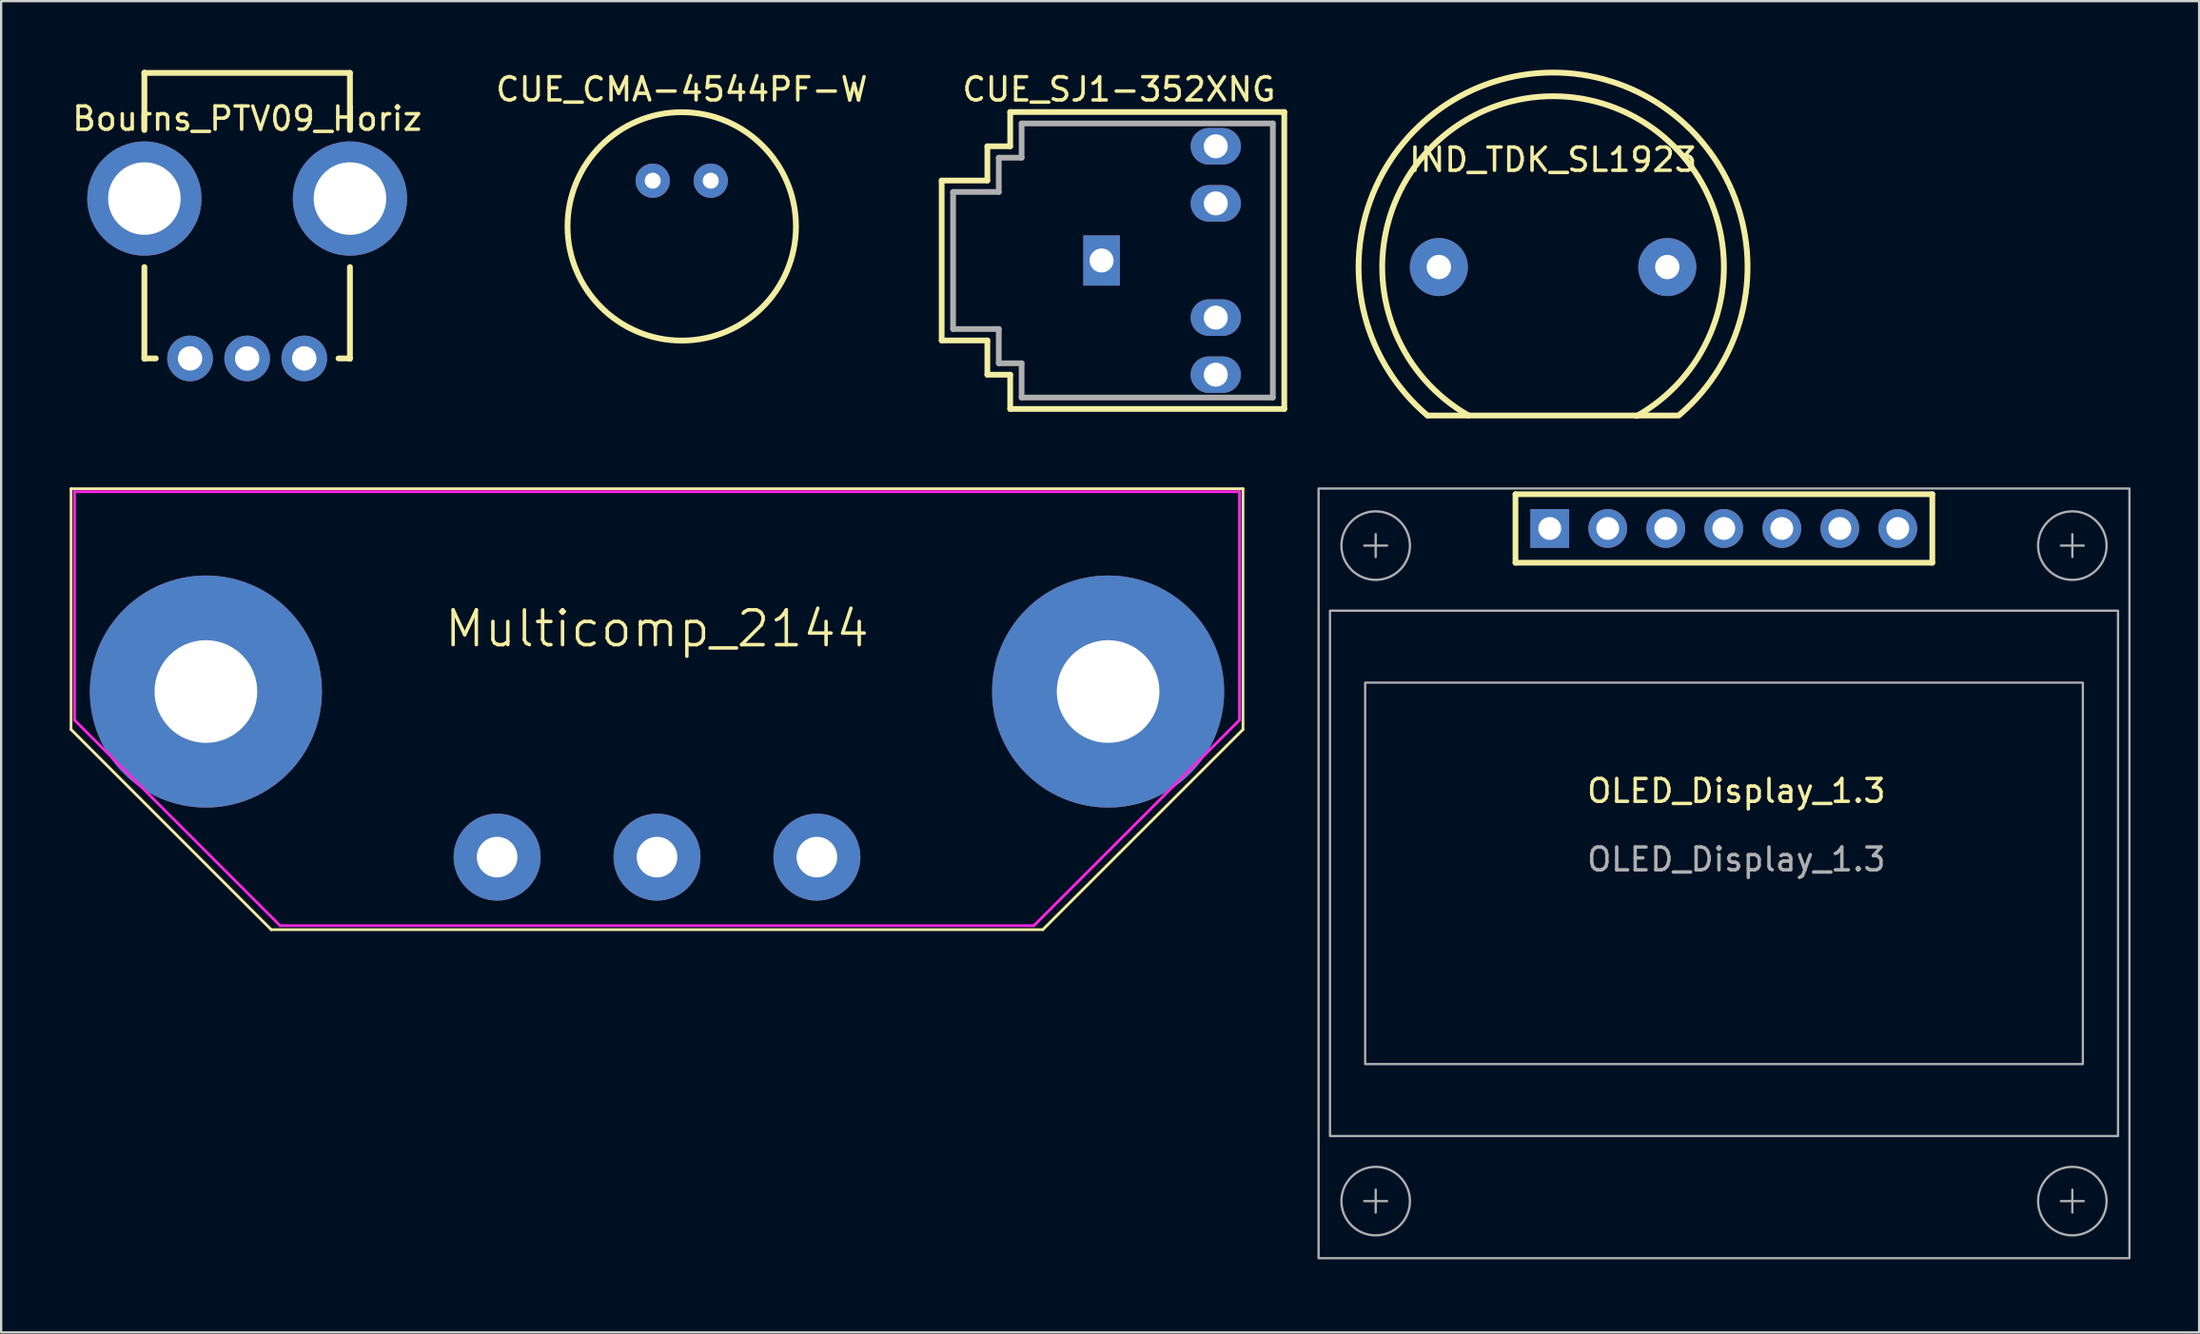
<source format=kicad_pcb>
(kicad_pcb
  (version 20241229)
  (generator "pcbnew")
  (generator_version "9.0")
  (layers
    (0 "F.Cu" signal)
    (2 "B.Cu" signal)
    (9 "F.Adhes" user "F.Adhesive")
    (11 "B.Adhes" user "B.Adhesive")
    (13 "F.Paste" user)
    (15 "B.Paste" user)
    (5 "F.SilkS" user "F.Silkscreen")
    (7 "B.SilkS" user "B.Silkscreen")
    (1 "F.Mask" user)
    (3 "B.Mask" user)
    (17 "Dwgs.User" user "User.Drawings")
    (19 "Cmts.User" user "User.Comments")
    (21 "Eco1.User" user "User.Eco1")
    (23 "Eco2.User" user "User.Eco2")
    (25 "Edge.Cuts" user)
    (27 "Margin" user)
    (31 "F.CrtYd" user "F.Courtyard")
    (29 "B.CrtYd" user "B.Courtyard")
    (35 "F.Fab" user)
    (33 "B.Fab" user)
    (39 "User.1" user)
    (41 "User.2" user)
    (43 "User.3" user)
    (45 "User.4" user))
  (footprint "Multicomp_2144"
    (layer "F.Cu")
    (at 25.714 34.477)
    (property "Reference" "Multicomp_2144" (at 0 -10 0) (layer "F.SilkS") (effects (font (size 1.524 1.524) (thickness 0.152))))
    (attr through_hole)
    (fp_line (start -25.654 -16.129) (end -25.654 -5.588) (stroke (width 0.12) (type solid)) (layer "F.SilkS"))
    (fp_line (start -16.891 3.175) (end -25.654 -5.588) (stroke (width 0.12) (type solid)) (layer "F.SilkS"))
    (fp_line (start -16.891 3.175) (end 16.891 3.175) (stroke (width 0.12) (type solid)) (layer "F.SilkS"))
    (fp_line (start 16.891 3.175) (end 25.654 -5.588) (stroke (width 0.12) (type solid)) (layer "F.SilkS"))
    (fp_line (start 25.654 -16.129) (end -25.654 -16.129) (stroke (width 0.12) (type solid)) (layer "F.SilkS"))
    (fp_line (start 25.654 -5.588) (end 25.654 -16.129) (stroke (width 0.12) (type solid)) (layer "F.SilkS"))
    (fp_line (start -25.5 -16) (end 25.5 -16) (stroke (width 0.12) (type solid)) (layer "F.CrtYd"))
    (fp_line (start -25.5 -6) (end -25.5 -16) (stroke (width 0.12) (type solid)) (layer "F.CrtYd"))
    (fp_line (start -25.5 -6) (end -16.5 3) (stroke (width 0.12) (type solid)) (layer "F.CrtYd"))
    (fp_line (start -16.5 3) (end 16.5 3) (stroke (width 0.12) (type solid)) (layer "F.CrtYd"))
    (fp_line (start 25.5 -16) (end 25.5 -6) (stroke (width 0.12) (type solid)) (layer "F.CrtYd"))
    (fp_line (start 25.5 -6) (end 16.5 3) (stroke (width 0.12) (type solid)) (layer "F.CrtYd"))
    (pad "1" thru_hole circle (at -19.75 -7.25) (size 10.16 10.16) (drill 4.496) (layers "*.Cu" "*.Mask"))
    (pad "2" thru_hole circle (at 19.75 -7.25) (size 10.16 10.16) (drill 4.496) (layers "*.Cu" "*.Mask"))
    (pad "E" thru_hole circle (at 0 0) (size 3.81 3.81) (drill 1.778) (layers "*.Cu" "*.Mask"))
    (pad "L" thru_hole circle (at 7 0) (size 3.81 3.81) (drill 1.778) (layers "*.Cu" "*.Mask"))
    (pad "N" thru_hole circle (at -7 0) (size 3.81 3.81) (drill 1.778) (layers "*.Cu" "*.Mask")))
  (footprint "CUE_CMA-4544PF-W"
    (layer "F.Cu")
    (at 26.797 6.862)
    (property "Reference" "CUE_CMA-4544PF-W" (at 0 -6 0) (layer "F.SilkS") (effects (font (size 1.016 1.016) (thickness 0.152))))
    (attr through_hole)
    (fp_circle (center 0 0) (end 5 0) (stroke (width 0.254) (type solid)) (fill no) (layer "F.SilkS"))
    (pad "1" thru_hole circle (at 1.27 -2) (size 1.5 1.5) (drill 0.7) (layers "*.Cu" "*.Mask"))
    (pad "2" thru_hole circle (at -1.27 -2) (size 1.5 1.5) (drill 0.7) (layers "*.Cu" "*.Mask")))
  (footprint "Bourns_PTV09_Horiz"
    (layer "F.Cu")
    (at 7.771 12.643)
    (property "Reference" "Bourns_PTV09_Horiz" (at 0 -10.5 0) (layer "F.SilkS") (effects (font (size 1.016 1.016) (thickness 0.152))))
    (attr through_hole)
    (fp_line (start -4.5 -10) (end -4.5 -12.516) (stroke (width 0.254) (type solid)) (layer "F.SilkS"))
    (fp_line (start -4.5 0) (end -4 0) (stroke (width 0.254) (type solid)) (layer "F.SilkS"))
    (fp_line (start -4.5 0.016) (end -4.5 -4) (stroke (width 0.254) (type solid)) (layer "F.SilkS"))
    (fp_line (start 4 0) (end 4.5 0) (stroke (width 0.254) (type solid)) (layer "F.SilkS"))
    (fp_line (start 4.5 -12.5) (end -4.5 -12.5) (stroke (width 0.254) (type solid)) (layer "F.SilkS"))
    (fp_line (start 4.5 -10) (end 4.5 -12.5) (stroke (width 0.254) (type solid)) (layer "F.SilkS"))
    (fp_line (start 4.5 0.016) (end 4.5 -4) (stroke (width 0.254) (type solid)) (layer "F.SilkS"))
    (pad "1" thru_hole circle (at -2.5 0) (size 2 2) (drill 1.067) (layers "*.Cu" "*.Mask"))
    (pad "2" thru_hole circle (at 0 0) (size 2 2) (drill 1.067) (layers "*.Cu" "*.Mask"))
    (pad "3" thru_hole circle (at 2.5 0) (size 2 2) (drill 1.067) (layers "*.Cu" "*.Mask"))
    (pad "4" thru_hole circle (at -4.5 -7) (size 5 5) (drill 3.175) (layers "*.Cu" "*.Mask"))
    (pad "5" thru_hole circle (at 4.5 -7) (size 5 5) (drill 3.175) (layers "*.Cu" "*.Mask")))
  (footprint "CUE_SJ1-352XNG"
    (layer "F.Cu")
    (at 45.177 8.355)
    (property "Reference" "CUE_SJ1-352XNG" (at 0.762 -7.493 0) (layer "F.SilkS") (effects (font (size 1.016 1.016) (thickness 0.152))))
    (attr through_hole)
    (fp_line (start -7 -3.5) (end -7 3.5) (stroke (width 0.25) (type solid)) (layer "F.SilkS"))
    (fp_line (start -7 3.5) (end -5 3.5) (stroke (width 0.25) (type solid)) (layer "F.SilkS"))
    (fp_line (start -5 -5) (end -5 -3.5) (stroke (width 0.25) (type solid)) (layer "F.SilkS"))
    (fp_line (start -5 -3.5) (end -7 -3.5) (stroke (width 0.25) (type solid)) (layer "F.SilkS"))
    (fp_line (start -5 3.5) (end -5 5) (stroke (width 0.25) (type solid)) (layer "F.SilkS"))
    (fp_line (start -5 5) (end -4 5) (stroke (width 0.25) (type solid)) (layer "F.SilkS"))
    (fp_line (start -4 -6.5) (end -4 -5) (stroke (width 0.25) (type solid)) (layer "F.SilkS"))
    (fp_line (start -4 -5) (end -5 -5) (stroke (width 0.25) (type solid)) (layer "F.SilkS"))
    (fp_line (start -4 5) (end -4 6.5) (stroke (width 0.25) (type solid)) (layer "F.SilkS"))
    (fp_line (start -4 6.5) (end 8 6.5) (stroke (width 0.25) (type solid)) (layer "F.SilkS"))
    (fp_line (start 8 -6.5) (end -4 -6.5) (stroke (width 0.25) (type solid)) (layer "F.SilkS"))
    (fp_line (start 8 6.5) (end 8 -6.5) (stroke (width 0.25) (type solid)) (layer "F.SilkS"))
    (fp_line (start -6.5 -3) (end -6.5 3) (stroke (width 0.25) (type solid)) (layer "F.Fab"))
    (fp_line (start -6.5 3) (end -4.5 3) (stroke (width 0.25) (type solid)) (layer "F.Fab"))
    (fp_line (start -4.5 -4.5) (end -4.5 -3) (stroke (width 0.25) (type solid)) (layer "F.Fab"))
    (fp_line (start -4.5 -4.5) (end -3.5 -4.5) (stroke (width 0.25) (type solid)) (layer "F.Fab"))
    (fp_line (start -4.5 -3) (end -6.5 -3) (stroke (width 0.25) (type solid)) (layer "F.Fab"))
    (fp_line (start -4.5 3) (end -4.5 4.5) (stroke (width 0.25) (type solid)) (layer "F.Fab"))
    (fp_line (start -4.5 4.5) (end -3.5 4.5) (stroke (width 0.25) (type solid)) (layer "F.Fab"))
    (fp_line (start -3.5 -6) (end 7.5 -6) (stroke (width 0.25) (type solid)) (layer "F.Fab"))
    (fp_line (start -3.5 -4.5) (end -3.5 -6) (stroke (width 0.25) (type solid)) (layer "F.Fab"))
    (fp_line (start -3.5 4.5) (end -3.5 6) (stroke (width 0.25) (type solid)) (layer "F.Fab"))
    (fp_line (start -3.5 6) (end 7.5 6) (stroke (width 0.25) (type solid)) (layer "F.Fab"))
    (fp_line (start 7.5 6) (end 7.5 -6) (stroke (width 0.25) (type solid)) (layer "F.Fab"))
    (pad "1" thru_hole rect (at 0 0) (size 1.6 2.2) (drill 1.05) (layers "*.Cu" "*.Mask"))
    (pad "2" thru_hole oval (at 5 -5) (size 2.2 1.6) (drill 1.05) (layers "*.Cu" "*.Mask"))
    (pad "3" thru_hole oval (at 5 5) (size 2.2 1.6) (drill 1.05) (layers "*.Cu" "*.Mask"))
    (pad "4" thru_hole oval (at 5 -2.5) (size 2.2 1.6) (drill 1.05) (layers "*.Cu" "*.Mask"))
    (pad "5" thru_hole oval (at 5 2.5) (size 2.2 1.6) (drill 1.05) (layers "*.Cu" "*.Mask")))
  (footprint "OLED_Display_1.3"
    (layer "F.Cu")
    (at 54.678 52.038)
    (property "Reference" "OLED_Display_1.3" (at 18.29 -20.46 0) (unlocked yes) (layer "F.SilkS") (effects (font (size 1 1) (thickness 0.15))))
    (attr through_hole)
    (fp_line (start 8.62 -33.45) (end 8.62 -30.45) (stroke (width 0.25) (type solid)) (layer "F.SilkS"))
    (fp_line (start 26.87 -33.45) (end 8.62 -33.45) (stroke (width 0.25) (type solid)) (layer "F.SilkS"))
    (fp_line (start 26.87 -33.45) (end 26.87 -30.45) (stroke (width 0.25) (type solid)) (layer "F.SilkS"))
    (fp_line (start 26.87 -30.45) (end 8.62 -30.45) (stroke (width 0.25) (type solid)) (layer "F.SilkS"))
    (fp_line (start 2 -31.2) (end 3 -31.2) (stroke (width 0.1) (type solid)) (layer "F.Fab"))
    (fp_line (start 2 -2.5) (end 3 -2.5) (stroke (width 0.1) (type solid)) (layer "F.Fab"))
    (fp_line (start 2.5 -30.7) (end 2.5 -31.7) (stroke (width 0.1) (type solid)) (layer "F.Fab"))
    (fp_line (start 2.5 -2) (end 2.5 -3) (stroke (width 0.1) (type solid)) (layer "F.Fab"))
    (fp_line (start 32.5 -31.2) (end 33.5 -31.2) (stroke (width 0.1) (type solid)) (layer "F.Fab"))
    (fp_line (start 32.5 -2.5) (end 33.5 -2.5) (stroke (width 0.1) (type solid)) (layer "F.Fab"))
    (fp_line (start 33 -30.7) (end 33 -31.7) (stroke (width 0.1) (type solid)) (layer "F.Fab"))
    (fp_line (start 33 -2) (end 33 -3) (stroke (width 0.1) (type solid)) (layer "F.Fab"))
    (fp_rect (start 0 0) (end 35.5 -33.7) (stroke (width 0.1) (type solid)) (fill no) (layer "F.Fab"))
    (fp_rect (start 0.5 -28.35) (end 35 -5.35) (stroke (width 0.1) (type solid)) (fill no) (layer "F.Fab"))
    (fp_rect (start 2.04 -8.5) (end 33.46 -25.2) (stroke (width 0.1) (type solid)) (fill no) (layer "F.Fab"))
    (fp_circle (center 2.5 -31.2) (end 4 -31.2) (stroke (width 0.1) (type solid)) (fill no) (layer "F.Fab"))
    (fp_circle (center 2.5 -2.5) (end 4 -2.5) (stroke (width 0.1) (type solid)) (fill no) (layer "F.Fab"))
    (fp_circle (center 33 -31.2) (end 34.5 -31.2) (stroke (width 0.1) (type solid)) (fill no) (layer "F.Fab"))
    (fp_circle (center 33 -2.5) (end 34.5 -2.5) (stroke (width 0.1) (type solid)) (fill no) (layer "F.Fab"))
    (fp_text user "${REFERENCE}" (at 18.29 -17.46 0) (unlocked yes) (layer "F.Fab") (effects (font (size 1 1) (thickness 0.15))))
    (pad "1" thru_hole rect (at 10.12 -31.95 270) (size 1.7 1.7) (drill 1) (layers "*.Cu" "*.Mask"))
    (pad "2" thru_hole circle (at 12.66 -31.95 270) (size 1.7 1.7) (drill 1) (layers "*.Cu" "*.Mask"))
    (pad "3" thru_hole circle (at 15.2 -31.95 270) (size 1.7 1.7) (drill 1) (layers "*.Cu" "*.Mask"))
    (pad "4" thru_hole circle (at 17.74 -31.95 270) (size 1.7 1.7) (drill 1) (layers "*.Cu" "*.Mask"))
    (pad "5" thru_hole circle (at 20.28 -31.95 270) (size 1.7 1.7) (drill 1) (layers "*.Cu" "*.Mask"))
    (pad "6" thru_hole circle (at 22.82 -31.95 270) (size 1.7 1.7) (drill 1) (layers "*.Cu" "*.Mask"))
    (pad "7" thru_hole circle (at 25.36 -31.95 270) (size 1.7 1.7) (drill 1) (layers "*.Cu" "*.Mask")))
  (footprint "IND_TDK_SL1923"
    (layer "F.Cu")
    (at 64.944 8.642)
    (property "Reference" "IND_TDK_SL1923" (at 0 -4.7 0) (layer "F.SilkS") (effects (font (size 1.016 1.016) (thickness 0.152))))
    (attr through_hole)
    (fp_line (start -5.5 6.5) (end 5.5 6.5) (stroke (width 0.254) (type solid)) (layer "F.SilkS"))
    (fp_arc (start -5.5 6.5) (mid -0.03918 -8.514603) (end 5.559585 6.44911) (stroke (width 0.254) (type solid)) (layer "F.SilkS"))
    (fp_arc (start -3.7 6.5) (mid 0.019563 -7.479279) (end 3.665947 6.519266) (stroke (width 0.254) (type solid)) (layer "F.SilkS"))
    (pad "1" thru_hole circle (at -5 0) (size 2.54 2.54) (drill 1.067) (layers "*.Cu" "*.Mask"))
    (pad "2" thru_hole circle (at 5 0) (size 2.54 2.54) (drill 1.067) (layers "*.Cu" "*.Mask")))
  (gr_rect
    (start -3 -3)
    (end 93.228 55.288)
    (stroke (width 0.1) (type default))
    (fill no)
    (layer "Edge.Cuts")))
</source>
